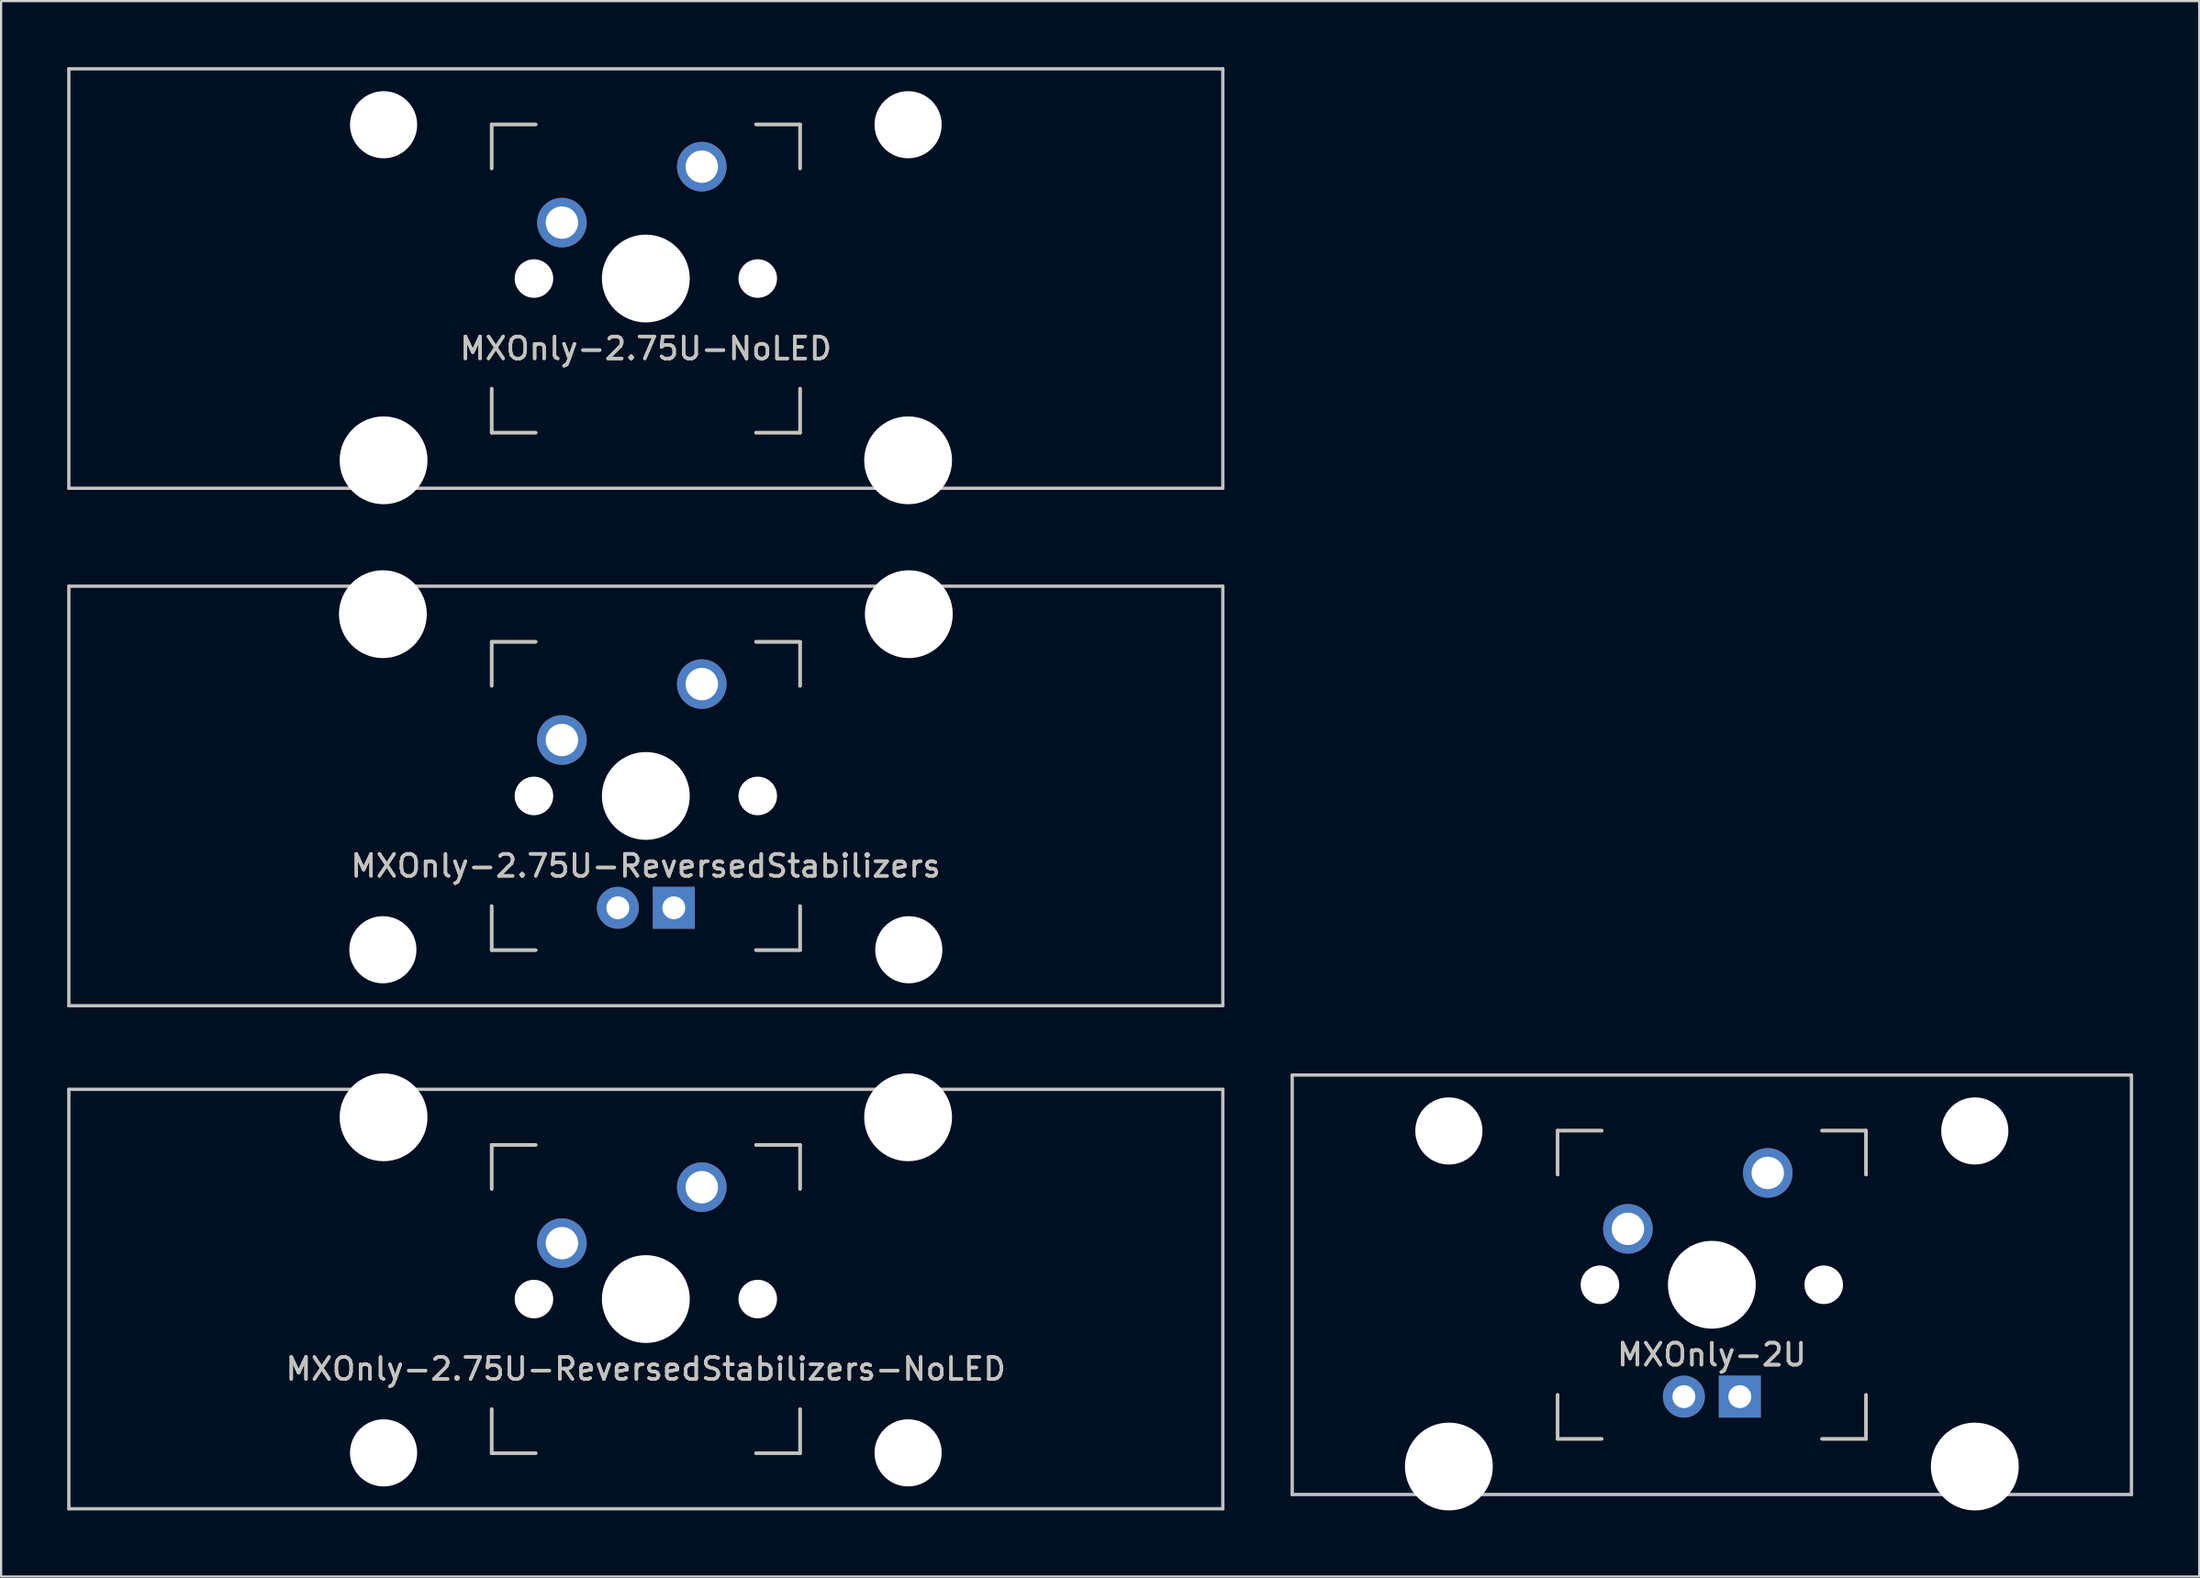
<source format=kicad_pcb>
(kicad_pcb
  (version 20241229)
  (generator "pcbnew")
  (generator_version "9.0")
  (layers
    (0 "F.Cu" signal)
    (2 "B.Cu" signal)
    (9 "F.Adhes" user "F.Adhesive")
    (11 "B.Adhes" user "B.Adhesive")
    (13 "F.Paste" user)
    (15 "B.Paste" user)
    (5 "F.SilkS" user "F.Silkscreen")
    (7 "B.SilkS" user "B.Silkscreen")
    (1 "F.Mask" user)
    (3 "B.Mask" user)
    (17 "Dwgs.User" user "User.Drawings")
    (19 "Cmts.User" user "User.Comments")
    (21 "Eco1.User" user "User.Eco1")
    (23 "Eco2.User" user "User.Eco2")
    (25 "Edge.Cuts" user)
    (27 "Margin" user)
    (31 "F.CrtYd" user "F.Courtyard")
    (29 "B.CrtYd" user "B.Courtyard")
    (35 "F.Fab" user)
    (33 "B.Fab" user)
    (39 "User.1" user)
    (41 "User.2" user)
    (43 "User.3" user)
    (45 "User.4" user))
  (footprint "MXOnly-2.75U-ReversedStabilizers"
    (layer "F.Cu")
    (at 26.269 33.098)
    (property "Reference" "MXOnly-2.75U-ReversedStabilizers" (at 0 3.175 0) (layer "Dwgs.User") (effects (font (size 1 1) (thickness 0.15))))
    (attr through_hole)
    (fp_line (start -7 -7) (end -7 -5) (stroke (width 0.15) (type solid)) (layer "F.SilkS"))
    (fp_line (start -7 5) (end -7 7) (stroke (width 0.15) (type solid)) (layer "F.SilkS"))
    (fp_line (start -7 7) (end -5 7) (stroke (width 0.15) (type solid)) (layer "F.SilkS"))
    (fp_line (start -5 -7) (end -7 -7) (stroke (width 0.15) (type solid)) (layer "F.SilkS"))
    (fp_line (start 5 -7) (end 7 -7) (stroke (width 0.15) (type solid)) (layer "F.SilkS"))
    (fp_line (start 5 7) (end 7 7) (stroke (width 0.15) (type solid)) (layer "F.SilkS"))
    (fp_line (start 7 -7) (end 7 -5) (stroke (width 0.15) (type solid)) (layer "F.SilkS"))
    (fp_line (start 7 7) (end 7 5) (stroke (width 0.15) (type solid)) (layer "F.SilkS"))
    (fp_line (start -26.194 -9.525) (end 26.194 -9.525) (stroke (width 0.15) (type solid)) (layer "Dwgs.User"))
    (fp_line (start -26.194 9.525) (end -26.194 -9.525) (stroke (width 0.15) (type solid)) (layer "Dwgs.User"))
    (fp_line (start -26.194 9.525) (end 26.194 9.525) (stroke (width 0.15) (type solid)) (layer "Dwgs.User"))
    (fp_line (start -7 -7) (end -7 -5) (stroke (width 0.15) (type solid)) (layer "Dwgs.User"))
    (fp_line (start -7 5) (end -7 7) (stroke (width 0.15) (type solid)) (layer "Dwgs.User"))
    (fp_line (start -7 7) (end -5 7) (stroke (width 0.15) (type solid)) (layer "Dwgs.User"))
    (fp_line (start -5 -7) (end -7 -7) (stroke (width 0.15) (type solid)) (layer "Dwgs.User"))
    (fp_line (start 5 -7) (end 7 -7) (stroke (width 0.15) (type solid)) (layer "Dwgs.User"))
    (fp_line (start 5 7) (end 7 7) (stroke (width 0.15) (type solid)) (layer "Dwgs.User"))
    (fp_line (start 7 -7) (end 7 -5) (stroke (width 0.15) (type solid)) (layer "Dwgs.User"))
    (fp_line (start 7 7) (end 7 5) (stroke (width 0.15) (type solid)) (layer "Dwgs.User"))
    (fp_line (start 26.194 -9.525) (end 26.194 9.525) (stroke (width 0.15) (type solid)) (layer "Dwgs.User"))
    (fp_text user "${REFERENCE}" (at 0 3.175 0) (layer "F.SilkS") (effects (font (size 1 1) (thickness 0.15))))
    (pad "" np_thru_hole circle (at -11.938 -8.255) (size 3.988 3.988) (drill 3.988) (layers "*.Cu" "*.Mask"))
    (pad "" np_thru_hole circle (at -11.938 6.985) (size 3.048 3.048) (drill 3.048) (layers "*.Cu" "*.Mask"))
    (pad "" np_thru_hole circle (at -5.08 0 48.1) (size 1.75 1.75) (drill 1.75) (layers "*.Cu" "*.Mask"))
    (pad "" np_thru_hole circle (at 0 0) (size 3.988 3.988) (drill 3.988) (layers "*.Cu" "*.Mask"))
    (pad "" np_thru_hole circle (at 5.08 0 48.1) (size 1.75 1.75) (drill 1.75) (layers "*.Cu" "*.Mask"))
    (pad "" np_thru_hole circle (at 11.938 -8.255) (size 3.988 3.988) (drill 3.988) (layers "*.Cu" "*.Mask"))
    (pad "" np_thru_hole circle (at 11.938 6.985) (size 3.048 3.048) (drill 3.048) (layers "*.Cu" "*.Mask"))
    (pad "1" thru_hole circle (at -3.81 -2.54) (size 2.25 2.25) (drill 1.47) (layers "*.Cu" "B.Mask"))
    (pad "2" thru_hole circle (at 2.54 -5.08) (size 2.25 2.25) (drill 1.47) (layers "*.Cu" "B.Mask"))
    (pad "3" thru_hole circle (at -1.27 5.08) (size 1.905 1.905) (drill 1.04) (layers "*.Cu" "B.Mask"))
    (pad "4" thru_hole rect (at 1.27 5.08) (size 1.905 1.905) (drill 1.04) (layers "*.Cu" "B.Mask")))
  (footprint "MXOnly-2.75U-ReversedStabilizers-NoLED"
    (layer "F.Cu")
    (at 26.269 55.947)
    (property "Reference" "MXOnly-2.75U-ReversedStabilizers-NoLED" (at 0 3.175 0) (layer "Dwgs.User") (effects (font (size 1 1) (thickness 0.15))))
    (attr through_hole)
    (fp_line (start -7 -7) (end -7 -5) (stroke (width 0.15) (type solid)) (layer "F.SilkS"))
    (fp_line (start -7 5) (end -7 7) (stroke (width 0.15) (type solid)) (layer "F.SilkS"))
    (fp_line (start -7 7) (end -5 7) (stroke (width 0.15) (type solid)) (layer "F.SilkS"))
    (fp_line (start -5 -7) (end -7 -7) (stroke (width 0.15) (type solid)) (layer "F.SilkS"))
    (fp_line (start 5 -7) (end 7 -7) (stroke (width 0.15) (type solid)) (layer "F.SilkS"))
    (fp_line (start 5 7) (end 7 7) (stroke (width 0.15) (type solid)) (layer "F.SilkS"))
    (fp_line (start 7 -7) (end 7 -5) (stroke (width 0.15) (type solid)) (layer "F.SilkS"))
    (fp_line (start 7 7) (end 7 5) (stroke (width 0.15) (type solid)) (layer "F.SilkS"))
    (fp_line (start -26.194 -9.525) (end 26.194 -9.525) (stroke (width 0.15) (type solid)) (layer "Dwgs.User"))
    (fp_line (start -26.194 9.525) (end -26.194 -9.525) (stroke (width 0.15) (type solid)) (layer "Dwgs.User"))
    (fp_line (start -26.194 9.525) (end 26.194 9.525) (stroke (width 0.15) (type solid)) (layer "Dwgs.User"))
    (fp_line (start -7 -7) (end -7 -5) (stroke (width 0.15) (type solid)) (layer "Dwgs.User"))
    (fp_line (start -7 5) (end -7 7) (stroke (width 0.15) (type solid)) (layer "Dwgs.User"))
    (fp_line (start -7 7) (end -5 7) (stroke (width 0.15) (type solid)) (layer "Dwgs.User"))
    (fp_line (start -5 -7) (end -7 -7) (stroke (width 0.15) (type solid)) (layer "Dwgs.User"))
    (fp_line (start 5 -7) (end 7 -7) (stroke (width 0.15) (type solid)) (layer "Dwgs.User"))
    (fp_line (start 5 7) (end 7 7) (stroke (width 0.15) (type solid)) (layer "Dwgs.User"))
    (fp_line (start 7 -7) (end 7 -5) (stroke (width 0.15) (type solid)) (layer "Dwgs.User"))
    (fp_line (start 7 7) (end 7 5) (stroke (width 0.15) (type solid)) (layer "Dwgs.User"))
    (fp_line (start 26.194 -9.525) (end 26.194 9.525) (stroke (width 0.15) (type solid)) (layer "Dwgs.User"))
    (fp_text user "${REFERENCE}" (at 0 3.175 0) (layer "F.SilkS") (effects (font (size 1 1) (thickness 0.15))))
    (pad "" np_thru_hole circle (at -11.906 -8.255) (size 3.988 3.988) (drill 3.988) (layers "*.Cu" "*.Mask"))
    (pad "" np_thru_hole circle (at -11.906 6.985) (size 3.048 3.048) (drill 3.048) (layers "*.Cu" "*.Mask"))
    (pad "" np_thru_hole circle (at -5.08 0 48.1) (size 1.75 1.75) (drill 1.75) (layers "*.Cu" "*.Mask"))
    (pad "" np_thru_hole circle (at 0 0) (size 3.988 3.988) (drill 3.988) (layers "*.Cu" "*.Mask"))
    (pad "" np_thru_hole circle (at 5.08 0 48.1) (size 1.75 1.75) (drill 1.75) (layers "*.Cu" "*.Mask"))
    (pad "" np_thru_hole circle (at 11.906 -8.255) (size 3.988 3.988) (drill 3.988) (layers "*.Cu" "*.Mask"))
    (pad "" np_thru_hole circle (at 11.906 6.985) (size 3.048 3.048) (drill 3.048) (layers "*.Cu" "*.Mask"))
    (pad "1" thru_hole circle (at -3.81 -2.54) (size 2.25 2.25) (drill 1.47) (layers "*.Cu" "B.Mask"))
    (pad "2" thru_hole circle (at 2.54 -5.08) (size 2.25 2.25) (drill 1.47) (layers "*.Cu" "B.Mask")))
  (footprint "MXOnly-2U"
    (layer "F.Cu")
    (at 74.662 55.298)
    (property "Reference" "MXOnly-2U" (at 0 3.175 0) (layer "Dwgs.User") (effects (font (size 1 1) (thickness 0.15))))
    (attr through_hole)
    (fp_line (start -7 -7) (end -7 -5) (stroke (width 0.15) (type solid)) (layer "F.SilkS"))
    (fp_line (start -7 5) (end -7 7) (stroke (width 0.15) (type solid)) (layer "F.SilkS"))
    (fp_line (start -7 7) (end -5 7) (stroke (width 0.15) (type solid)) (layer "F.SilkS"))
    (fp_line (start -5 -7) (end -7 -7) (stroke (width 0.15) (type solid)) (layer "F.SilkS"))
    (fp_line (start 5 -7) (end 7 -7) (stroke (width 0.15) (type solid)) (layer "F.SilkS"))
    (fp_line (start 5 7) (end 7 7) (stroke (width 0.15) (type solid)) (layer "F.SilkS"))
    (fp_line (start 7 -7) (end 7 -5) (stroke (width 0.15) (type solid)) (layer "F.SilkS"))
    (fp_line (start 7 7) (end 7 5) (stroke (width 0.15) (type solid)) (layer "F.SilkS"))
    (fp_line (start -19.05 -9.525) (end 19.05 -9.525) (stroke (width 0.15) (type solid)) (layer "Dwgs.User"))
    (fp_line (start -19.05 9.525) (end -19.05 -9.525) (stroke (width 0.15) (type solid)) (layer "Dwgs.User"))
    (fp_line (start -19.05 9.525) (end 19.05 9.525) (stroke (width 0.15) (type solid)) (layer "Dwgs.User"))
    (fp_line (start -7 -7) (end -7 -5) (stroke (width 0.15) (type solid)) (layer "Dwgs.User"))
    (fp_line (start -7 5) (end -7 7) (stroke (width 0.15) (type solid)) (layer "Dwgs.User"))
    (fp_line (start -7 7) (end -5 7) (stroke (width 0.15) (type solid)) (layer "Dwgs.User"))
    (fp_line (start -5 -7) (end -7 -7) (stroke (width 0.15) (type solid)) (layer "Dwgs.User"))
    (fp_line (start 5 -7) (end 7 -7) (stroke (width 0.15) (type solid)) (layer "Dwgs.User"))
    (fp_line (start 5 7) (end 7 7) (stroke (width 0.15) (type solid)) (layer "Dwgs.User"))
    (fp_line (start 7 -7) (end 7 -5) (stroke (width 0.15) (type solid)) (layer "Dwgs.User"))
    (fp_line (start 7 7) (end 7 5) (stroke (width 0.15) (type solid)) (layer "Dwgs.User"))
    (fp_line (start 19.05 -9.525) (end 19.05 9.525) (stroke (width 0.15) (type solid)) (layer "Dwgs.User"))
    (fp_text user "${REFERENCE}" (at 0 3.175 0) (layer "F.SilkS") (effects (font (size 1 1) (thickness 0.15))))
    (pad "" np_thru_hole circle (at -11.938 -6.985) (size 3.048 3.048) (drill 3.048) (layers "*.Cu" "*.Mask"))
    (pad "" np_thru_hole circle (at -11.938 8.255) (size 3.988 3.988) (drill 3.988) (layers "*.Cu" "*.Mask"))
    (pad "" np_thru_hole circle (at -5.08 0 48.1) (size 1.75 1.75) (drill 1.75) (layers "*.Cu" "*.Mask"))
    (pad "" np_thru_hole circle (at 0 0) (size 3.988 3.988) (drill 3.988) (layers "*.Cu" "*.Mask"))
    (pad "" np_thru_hole circle (at 5.08 0 48.1) (size 1.75 1.75) (drill 1.75) (layers "*.Cu" "*.Mask"))
    (pad "" np_thru_hole circle (at 11.938 -6.985) (size 3.048 3.048) (drill 3.048) (layers "*.Cu" "*.Mask"))
    (pad "" np_thru_hole circle (at 11.938 8.255) (size 3.988 3.988) (drill 3.988) (layers "*.Cu" "*.Mask"))
    (pad "1" thru_hole circle (at -3.81 -2.54) (size 2.25 2.25) (drill 1.47) (layers "*.Cu" "B.Mask"))
    (pad "2" thru_hole circle (at 2.54 -5.08) (size 2.25 2.25) (drill 1.47) (layers "*.Cu" "B.Mask"))
    (pad "3" thru_hole circle (at -1.27 5.08) (size 1.905 1.905) (drill 1.04) (layers "*.Cu" "B.Mask"))
    (pad "4" thru_hole rect (at 1.27 5.08) (size 1.905 1.905) (drill 1.04) (layers "*.Cu" "B.Mask")))
  (footprint "MXOnly-2.75U-NoLED"
    (layer "F.Cu")
    (at 26.269 9.6)
    (property "Reference" "MXOnly-2.75U-NoLED" (at 0 3.175 0) (layer "Dwgs.User") (effects (font (size 1 1) (thickness 0.15))))
    (attr through_hole)
    (fp_line (start -7 -7) (end -7 -5) (stroke (width 0.15) (type solid)) (layer "F.SilkS"))
    (fp_line (start -7 5) (end -7 7) (stroke (width 0.15) (type solid)) (layer "F.SilkS"))
    (fp_line (start -7 7) (end -5 7) (stroke (width 0.15) (type solid)) (layer "F.SilkS"))
    (fp_line (start -5 -7) (end -7 -7) (stroke (width 0.15) (type solid)) (layer "F.SilkS"))
    (fp_line (start 5 -7) (end 7 -7) (stroke (width 0.15) (type solid)) (layer "F.SilkS"))
    (fp_line (start 5 7) (end 7 7) (stroke (width 0.15) (type solid)) (layer "F.SilkS"))
    (fp_line (start 7 -7) (end 7 -5) (stroke (width 0.15) (type solid)) (layer "F.SilkS"))
    (fp_line (start 7 7) (end 7 5) (stroke (width 0.15) (type solid)) (layer "F.SilkS"))
    (fp_line (start -26.194 -9.525) (end 26.194 -9.525) (stroke (width 0.15) (type solid)) (layer "Dwgs.User"))
    (fp_line (start -26.194 9.525) (end -26.194 -9.525) (stroke (width 0.15) (type solid)) (layer "Dwgs.User"))
    (fp_line (start -26.194 9.525) (end 26.194 9.525) (stroke (width 0.15) (type solid)) (layer "Dwgs.User"))
    (fp_line (start -7 -7) (end -7 -5) (stroke (width 0.15) (type solid)) (layer "Dwgs.User"))
    (fp_line (start -7 5) (end -7 7) (stroke (width 0.15) (type solid)) (layer "Dwgs.User"))
    (fp_line (start -7 7) (end -5 7) (stroke (width 0.15) (type solid)) (layer "Dwgs.User"))
    (fp_line (start -5 -7) (end -7 -7) (stroke (width 0.15) (type solid)) (layer "Dwgs.User"))
    (fp_line (start 5 -7) (end 7 -7) (stroke (width 0.15) (type solid)) (layer "Dwgs.User"))
    (fp_line (start 5 7) (end 7 7) (stroke (width 0.15) (type solid)) (layer "Dwgs.User"))
    (fp_line (start 7 -7) (end 7 -5) (stroke (width 0.15) (type solid)) (layer "Dwgs.User"))
    (fp_line (start 7 7) (end 7 5) (stroke (width 0.15) (type solid)) (layer "Dwgs.User"))
    (fp_line (start 26.194 -9.525) (end 26.194 9.525) (stroke (width 0.15) (type solid)) (layer "Dwgs.User"))
    (fp_text user "${REFERENCE}" (at 0 3.175 0) (layer "F.SilkS") (effects (font (size 1 1) (thickness 0.15))))
    (pad "" np_thru_hole circle (at -11.906 -6.985) (size 3.048 3.048) (drill 3.048) (layers "*.Cu" "*.Mask"))
    (pad "" np_thru_hole circle (at -11.906 8.255) (size 3.988 3.988) (drill 3.988) (layers "*.Cu" "*.Mask"))
    (pad "" np_thru_hole circle (at -5.08 0 48.1) (size 1.75 1.75) (drill 1.75) (layers "*.Cu" "*.Mask"))
    (pad "" np_thru_hole circle (at 0 0) (size 3.988 3.988) (drill 3.988) (layers "*.Cu" "*.Mask"))
    (pad "" np_thru_hole circle (at 5.08 0 48.1) (size 1.75 1.75) (drill 1.75) (layers "*.Cu" "*.Mask"))
    (pad "" np_thru_hole circle (at 11.906 -6.985) (size 3.048 3.048) (drill 3.048) (layers "*.Cu" "*.Mask"))
    (pad "" np_thru_hole circle (at 11.906 8.255) (size 3.988 3.988) (drill 3.988) (layers "*.Cu" "*.Mask"))
    (pad "1" thru_hole circle (at -3.81 -2.54) (size 2.25 2.25) (drill 1.47) (layers "*.Cu" "B.Mask"))
    (pad "2" thru_hole circle (at 2.54 -5.08) (size 2.25 2.25) (drill 1.47) (layers "*.Cu" "B.Mask")))
  (gr_rect
    (start -3 -3)
    (end 96.787 68.547)
    (stroke (width 0.1) (type default))
    (fill no)
    (layer "Edge.Cuts")))
</source>
